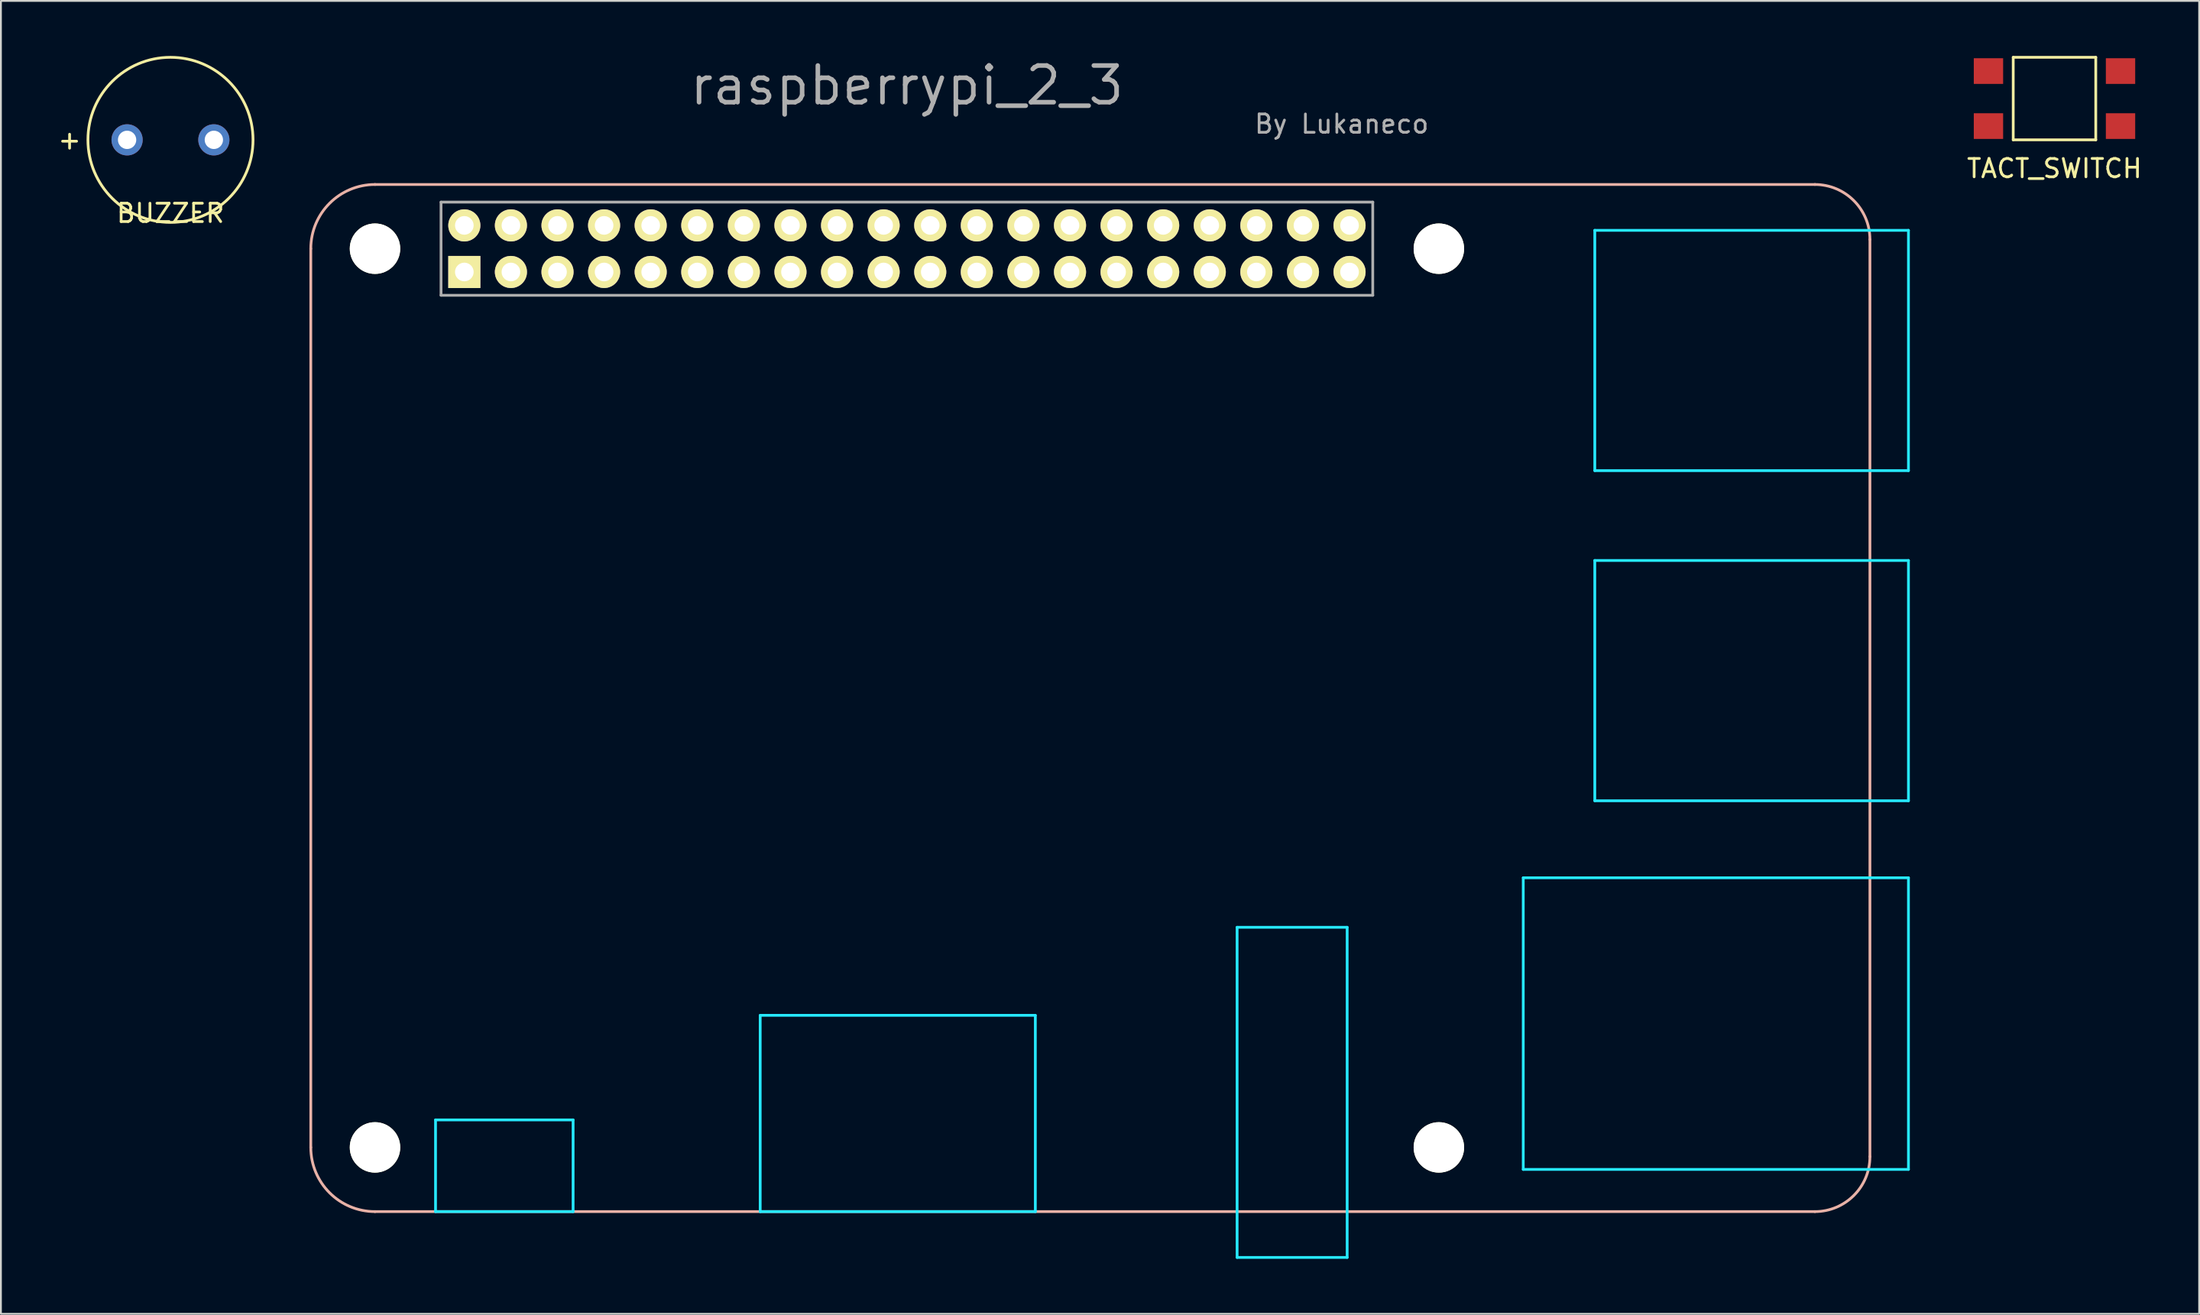
<source format=kicad_pcb>
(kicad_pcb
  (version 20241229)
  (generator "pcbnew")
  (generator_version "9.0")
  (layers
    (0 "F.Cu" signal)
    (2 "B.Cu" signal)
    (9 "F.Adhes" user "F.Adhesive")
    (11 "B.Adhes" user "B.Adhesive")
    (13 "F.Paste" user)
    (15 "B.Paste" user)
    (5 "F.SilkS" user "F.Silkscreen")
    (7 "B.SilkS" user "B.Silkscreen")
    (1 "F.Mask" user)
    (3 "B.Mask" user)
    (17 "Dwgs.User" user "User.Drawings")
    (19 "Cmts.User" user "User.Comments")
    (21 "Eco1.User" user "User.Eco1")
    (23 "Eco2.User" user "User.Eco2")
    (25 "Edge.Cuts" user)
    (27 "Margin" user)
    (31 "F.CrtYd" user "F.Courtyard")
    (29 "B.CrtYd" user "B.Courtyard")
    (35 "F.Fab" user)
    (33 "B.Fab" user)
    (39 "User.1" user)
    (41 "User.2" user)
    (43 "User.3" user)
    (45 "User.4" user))
  (footprint "raspberrypi_2_3"
    (layer "F.Cu")
    (at 56.394 35.009)
    (property "Reference" "raspberrypi_2_3" (at -10 -33.4 0) (layer "F.Fab") (effects (font (size 2 2) (thickness 0.25))))
    (attr through_hole)
    (fp_line (start -42.5 24.5) (end -42.5 -24.5) (stroke (width 0.15) (type solid)) (layer "B.SilkS"))
    (fp_line (start -39 28) (end 39.5 28) (stroke (width 0.15) (type solid)) (layer "B.SilkS"))
    (fp_line (start 39.5 -28) (end -39 -28) (stroke (width 0.15) (type solid)) (layer "B.SilkS"))
    (fp_line (start 42.5 25) (end 42.5 -25) (stroke (width 0.15) (type solid)) (layer "B.SilkS"))
    (fp_arc (start -42.5 -24.5) (mid -41.474874 -26.974874) (end -39 -28) (stroke (width 0.15) (type solid)) (layer "B.SilkS"))
    (fp_arc (start -39 28) (mid -41.474874 26.974874) (end -42.5 24.5) (stroke (width 0.15) (type solid)) (layer "B.SilkS"))
    (fp_arc (start 39.5 -28) (mid 41.62132 -27.12132) (end 42.5 -25) (stroke (width 0.15) (type solid)) (layer "B.SilkS"))
    (fp_arc (start 42.5 25) (mid 41.62132 27.12132) (end 39.5 28) (stroke (width 0.15) (type solid)) (layer "B.SilkS"))
    (fp_line (start -35.7 28) (end -35.7 23) (stroke (width 0.15) (type solid)) (layer "B.CrtYd"))
    (fp_line (start -28.2 23) (end -35.7 23) (stroke (width 0.15) (type solid)) (layer "B.CrtYd"))
    (fp_line (start -28.2 28) (end -35.7 28) (stroke (width 0.15) (type solid)) (layer "B.CrtYd"))
    (fp_line (start -28.2 28) (end -28.2 23) (stroke (width 0.15) (type solid)) (layer "B.CrtYd"))
    (fp_line (start -18 17.3) (end -18 28) (stroke (width 0.15) (type solid)) (layer "B.CrtYd"))
    (fp_line (start -18 17.3) (end -3 17.3) (stroke (width 0.15) (type solid)) (layer "B.CrtYd"))
    (fp_line (start -3 28) (end -18 28) (stroke (width 0.15) (type solid)) (layer "B.CrtYd"))
    (fp_line (start -3 28) (end -3 17.3) (stroke (width 0.15) (type solid)) (layer "B.CrtYd"))
    (fp_line (start 8 12.5) (end 8 30.5) (stroke (width 0.15) (type solid)) (layer "B.CrtYd"))
    (fp_line (start 8 30.5) (end 14 30.5) (stroke (width 0.15) (type solid)) (layer "B.CrtYd"))
    (fp_line (start 14 12.5) (end 8 12.5) (stroke (width 0.15) (type solid)) (layer "B.CrtYd"))
    (fp_line (start 14 30.5) (end 14 12.5) (stroke (width 0.15) (type solid)) (layer "B.CrtYd"))
    (fp_line (start 23.6 9.8) (end 44.6 9.8) (stroke (width 0.15) (type solid)) (layer "B.CrtYd"))
    (fp_line (start 23.6 25.7) (end 23.6 9.8) (stroke (width 0.15) (type solid)) (layer "B.CrtYd"))
    (fp_line (start 27.5 -25.5) (end 27.5 -12.4) (stroke (width 0.15) (type solid)) (layer "B.CrtYd"))
    (fp_line (start 27.5 -25.5) (end 44.6 -25.5) (stroke (width 0.15) (type solid)) (layer "B.CrtYd"))
    (fp_line (start 27.5 -7.5) (end 44.6 -7.5) (stroke (width 0.15) (type solid)) (layer "B.CrtYd"))
    (fp_line (start 27.5 5.6) (end 27.5 -7.5) (stroke (width 0.15) (type solid)) (layer "B.CrtYd"))
    (fp_line (start 44.6 -12.4) (end 27.5 -12.4) (stroke (width 0.15) (type solid)) (layer "B.CrtYd"))
    (fp_line (start 44.6 -12.4) (end 44.6 -25.5) (stroke (width 0.15) (type solid)) (layer "B.CrtYd"))
    (fp_line (start 44.6 5.6) (end 27.5 5.6) (stroke (width 0.15) (type solid)) (layer "B.CrtYd"))
    (fp_line (start 44.6 5.6) (end 44.6 -7.5) (stroke (width 0.15) (type solid)) (layer "B.CrtYd"))
    (fp_line (start 44.6 25.7) (end 23.6 25.7) (stroke (width 0.15) (type solid)) (layer "B.CrtYd"))
    (fp_line (start 44.6 25.7) (end 44.6 9.8) (stroke (width 0.15) (type solid)) (layer "B.CrtYd"))
    (fp_line (start -35.4 -27.04) (end -35.4 -21.96) (stroke (width 0.15) (type solid)) (layer "F.Fab"))
    (fp_line (start -35.4 -27.04) (end 15.4 -27.04) (stroke (width 0.15) (type solid)) (layer "F.Fab"))
    (fp_line (start 15.395 -21.96) (end 15.395 -27.04) (stroke (width 0.15) (type solid)) (layer "F.Fab"))
    (fp_line (start 15.4 -21.96) (end -35.4 -21.96) (stroke (width 0.15) (type solid)) (layer "F.Fab"))
    (fp_text user "By Lukaneco" (at 13.7 -31.3 0) (layer "F.Fab") (effects (font (size 1 1) (thickness 0.15))))
    (pad "" np_thru_hole circle (at -39 -24.5) (size 2.75 2.75) (drill 2.75) (layers "*.Cu" "*.Mask" "F.SilkS"))
    (pad "" np_thru_hole circle (at -39 24.5) (size 2.75 2.75) (drill 2.75) (layers "*.Cu" "*.Mask" "F.SilkS"))
    (pad "" np_thru_hole circle (at 19 -24.5) (size 2.75 2.75) (drill 2.75) (layers "*.Cu" "*.Mask" "F.SilkS"))
    (pad "" np_thru_hole circle (at 19 24.5) (size 2.75 2.75) (drill 2.75) (layers "*.Cu" "*.Mask" "F.SilkS"))
    (pad "1" thru_hole rect (at -34.13 -23.23) (size 1.75 1.75) (drill 1.016) (layers "*.Cu" "*.Mask" "F.SilkS"))
    (pad "2" thru_hole circle (at -34.13 -25.77) (size 1.75 1.75) (drill 1.016) (layers "*.Cu" "*.Mask" "F.SilkS"))
    (pad "3" thru_hole circle (at -31.59 -23.23) (size 1.75 1.75) (drill 1.016) (layers "*.Cu" "*.Mask" "F.SilkS"))
    (pad "4" thru_hole circle (at -31.59 -25.77) (size 1.75 1.75) (drill 1.016) (layers "*.Cu" "*.Mask" "F.SilkS"))
    (pad "5" thru_hole circle (at -29.05 -23.23) (size 1.75 1.75) (drill 1.016) (layers "*.Cu" "*.Mask" "F.SilkS"))
    (pad "6" thru_hole circle (at -29.05 -25.77) (size 1.75 1.75) (drill 1.016) (layers "*.Cu" "*.Mask" "F.SilkS"))
    (pad "7" thru_hole circle (at -26.51 -23.23) (size 1.75 1.75) (drill 1.016) (layers "*.Cu" "*.Mask" "F.SilkS"))
    (pad "8" thru_hole circle (at -26.51 -25.77) (size 1.75 1.75) (drill 1.016) (layers "*.Cu" "*.Mask" "F.SilkS"))
    (pad "9" thru_hole circle (at -23.97 -23.23) (size 1.75 1.75) (drill 1.016) (layers "*.Cu" "*.Mask" "F.SilkS"))
    (pad "10" thru_hole circle (at -23.97 -25.77) (size 1.75 1.75) (drill 1.016) (layers "*.Cu" "*.Mask" "F.SilkS"))
    (pad "11" thru_hole circle (at -21.43 -23.23) (size 1.75 1.75) (drill 1.016) (layers "*.Cu" "*.Mask" "F.SilkS"))
    (pad "12" thru_hole circle (at -21.43 -25.77) (size 1.75 1.75) (drill 1.016) (layers "*.Cu" "*.Mask" "F.SilkS"))
    (pad "13" thru_hole circle (at -18.89 -23.23) (size 1.75 1.75) (drill 1.016) (layers "*.Cu" "*.Mask" "F.SilkS"))
    (pad "14" thru_hole circle (at -18.89 -25.77) (size 1.75 1.75) (drill 1.016) (layers "*.Cu" "*.Mask" "F.SilkS"))
    (pad "15" thru_hole circle (at -16.35 -23.23) (size 1.75 1.75) (drill 1.016) (layers "*.Cu" "*.Mask" "F.SilkS"))
    (pad "16" thru_hole circle (at -16.35 -25.77) (size 1.75 1.75) (drill 1.016) (layers "*.Cu" "*.Mask" "F.SilkS"))
    (pad "17" thru_hole circle (at -13.81 -23.23) (size 1.75 1.75) (drill 1.016) (layers "*.Cu" "*.Mask" "F.SilkS"))
    (pad "18" thru_hole circle (at -13.81 -25.77) (size 1.75 1.75) (drill 1.016) (layers "*.Cu" "*.Mask" "F.SilkS"))
    (pad "19" thru_hole circle (at -11.27 -23.23) (size 1.75 1.75) (drill 1.016) (layers "*.Cu" "*.Mask" "F.SilkS"))
    (pad "20" thru_hole circle (at -11.27 -25.77) (size 1.75 1.75) (drill 1.016) (layers "*.Cu" "*.Mask" "F.SilkS"))
    (pad "21" thru_hole circle (at -8.73 -23.23) (size 1.75 1.75) (drill 1.016) (layers "*.Cu" "*.Mask" "F.SilkS"))
    (pad "22" thru_hole circle (at -8.73 -25.77) (size 1.75 1.75) (drill 1.016) (layers "*.Cu" "*.Mask" "F.SilkS"))
    (pad "23" thru_hole circle (at -6.19 -23.23) (size 1.75 1.75) (drill 1.016) (layers "*.Cu" "*.Mask" "F.SilkS"))
    (pad "24" thru_hole circle (at -6.19 -25.77) (size 1.75 1.75) (drill 1.016) (layers "*.Cu" "*.Mask" "F.SilkS"))
    (pad "25" thru_hole circle (at -3.65 -23.23) (size 1.75 1.75) (drill 1.016) (layers "*.Cu" "*.Mask" "F.SilkS"))
    (pad "26" thru_hole circle (at -3.65 -25.77) (size 1.75 1.75) (drill 1.016) (layers "*.Cu" "*.Mask" "F.SilkS"))
    (pad "27" thru_hole circle (at -1.11 -23.23) (size 1.75 1.75) (drill 1.016) (layers "*.Cu" "*.Mask" "F.SilkS"))
    (pad "28" thru_hole circle (at -1.11 -25.77) (size 1.75 1.75) (drill 1.016) (layers "*.Cu" "*.Mask" "F.SilkS"))
    (pad "29" thru_hole circle (at 1.43 -23.23) (size 1.75 1.75) (drill 1.016) (layers "*.Cu" "*.Mask" "F.SilkS"))
    (pad "30" thru_hole circle (at 1.43 -25.77) (size 1.75 1.75) (drill 1.016) (layers "*.Cu" "*.Mask" "F.SilkS"))
    (pad "31" thru_hole circle (at 3.97 -23.23) (size 1.75 1.75) (drill 1.016) (layers "*.Cu" "*.Mask" "F.SilkS"))
    (pad "32" thru_hole circle (at 3.97 -25.77) (size 1.75 1.75) (drill 1.016) (layers "*.Cu" "*.Mask" "F.SilkS"))
    (pad "33" thru_hole circle (at 6.51 -23.23) (size 1.75 1.75) (drill 1.016) (layers "*.Cu" "*.Mask" "F.SilkS"))
    (pad "34" thru_hole circle (at 6.51 -25.77) (size 1.75 1.75) (drill 1.016) (layers "*.Cu" "*.Mask" "F.SilkS"))
    (pad "35" thru_hole circle (at 9.05 -23.23) (size 1.75 1.75) (drill 1.016) (layers "*.Cu" "*.Mask" "F.SilkS"))
    (pad "36" thru_hole circle (at 9.05 -25.77) (size 1.75 1.75) (drill 1.016) (layers "*.Cu" "*.Mask" "F.SilkS"))
    (pad "37" thru_hole circle (at 11.59 -23.23) (size 1.75 1.75) (drill 1.016) (layers "*.Cu" "*.Mask" "F.SilkS"))
    (pad "38" thru_hole circle (at 11.59 -25.77) (size 1.75 1.75) (drill 1.016) (layers "*.Cu" "*.Mask" "F.SilkS"))
    (pad "39" thru_hole circle (at 14.13 -23.23) (size 1.75 1.75) (drill 1.016) (layers "*.Cu" "*.Mask" "F.SilkS"))
    (pad "40" thru_hole circle (at 14.13 -25.77) (size 1.75 1.75) (drill 1.016) (layers "*.Cu" "*.Mask" "F.SilkS")))
  (footprint "TACT_SWITCH"
    (layer "F.Cu")
    (at 108.956 2.325)
    (property "Reference" "TACT_SWITCH" (at 0 3.81 0) (layer "F.SilkS") (effects (font (size 1 1) (thickness 0.15))))
    (attr through_hole)
    (fp_line (start -2.25 -2.25) (end 2.25 -2.25) (stroke (width 0.15) (type solid)) (layer "F.SilkS"))
    (fp_line (start -2.25 2.25) (end -2.25 -2.25) (stroke (width 0.15) (type solid)) (layer "F.SilkS"))
    (fp_line (start 2.25 -2.25) (end 2.25 2.25) (stroke (width 0.15) (type solid)) (layer "F.SilkS"))
    (fp_line (start 2.25 2.25) (end -2.25 2.25) (stroke (width 0.15) (type solid)) (layer "F.SilkS"))
    (pad "1" smd rect (at -3.6 -1.5) (size 1.6 1.4) (layers "F.Cu" "F.Mask" "F.Paste"))
    (pad "1" smd rect (at 3.6 -1.5) (size 1.6 1.4) (layers "F.Cu" "F.Mask" "F.Paste"))
    (pad "2" smd rect (at -3.6 1.5) (size 1.6 1.4) (layers "F.Cu" "F.Mask" "F.Paste"))
    (pad "2" smd rect (at 3.6 1.5) (size 1.6 1.4) (layers "F.Cu" "F.Mask" "F.Paste")))
  (footprint "BUZZER"
    (layer "F.Cu")
    (at 6.244 4.575)
    (property "Reference" "BUZZER" (at 0 4 0) (layer "F.SilkS") (effects (font (size 1 1) (thickness 0.15))))
    (attr through_hole)
    (fp_circle (center 0 0) (end 4.5 0) (stroke (width 0.15) (type solid)) (fill no) (layer "F.SilkS"))
    (fp_text user "+" (at -5.5 0 0) (layer "F.SilkS") (effects (font (size 1 1) (thickness 0.15))))
    (pad "1" thru_hole circle (at -2.365 0) (size 1.7 1.7) (drill 1) (layers "*.Cu" "*.Mask"))
    (pad "2" thru_hole circle (at 2.365 0) (size 1.7 1.7) (drill 1) (layers "*.Cu" "*.Mask")))
  (gr_rect
    (start -3 -3)
    (end 116.843 68.584)
    (stroke (width 0.1) (type default))
    (fill no)
    (layer "Edge.Cuts")))
</source>
